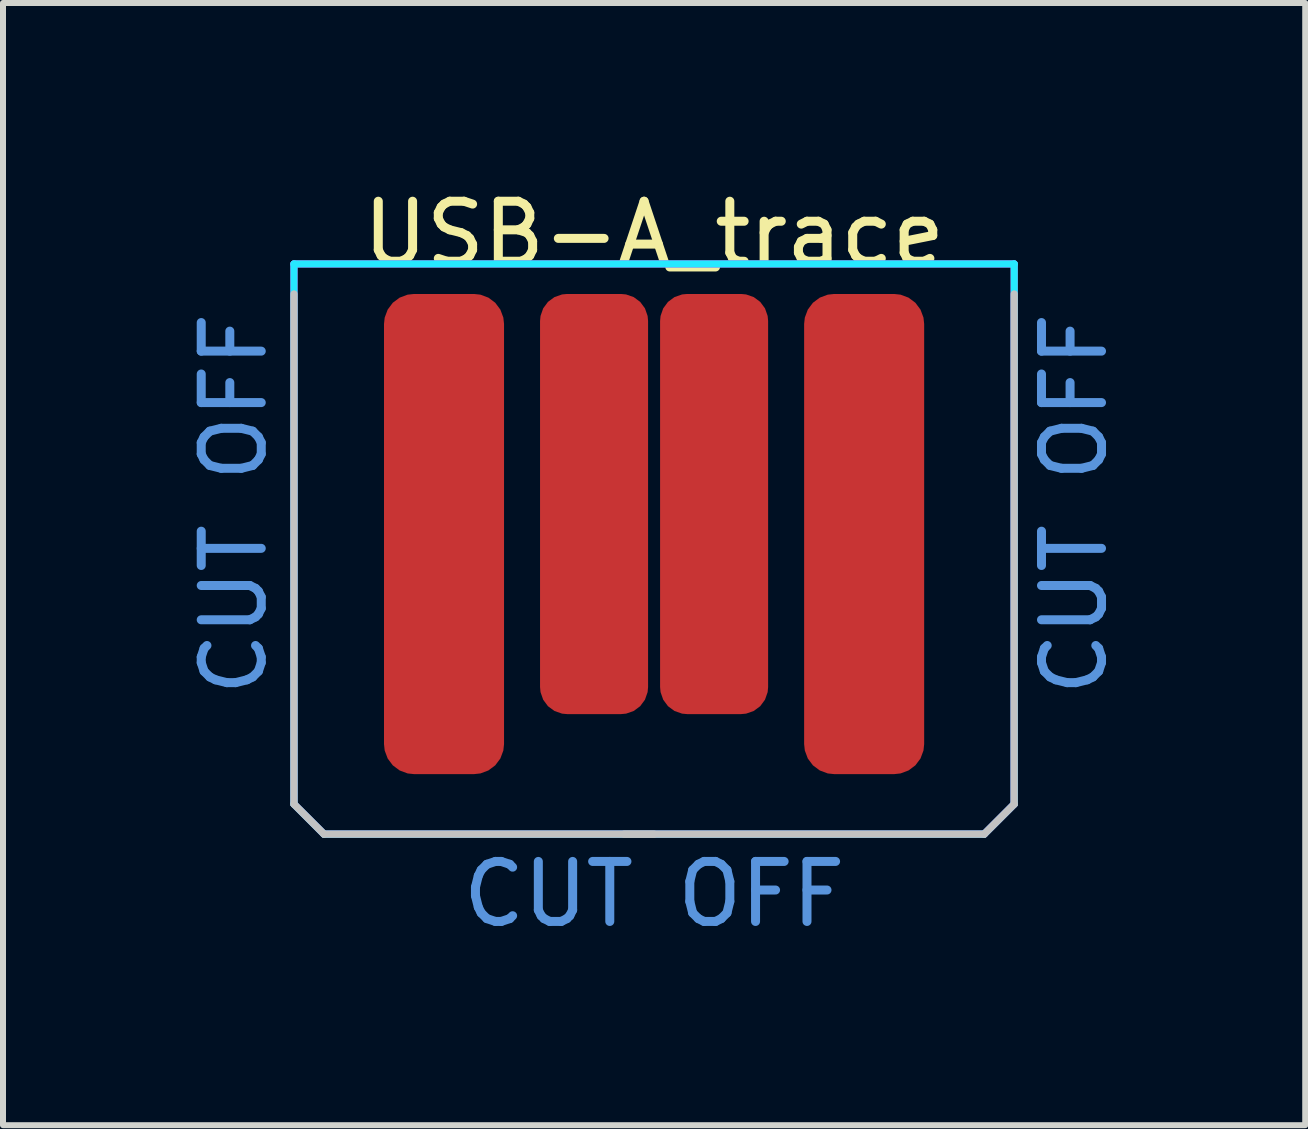
<source format=kicad_pcb>
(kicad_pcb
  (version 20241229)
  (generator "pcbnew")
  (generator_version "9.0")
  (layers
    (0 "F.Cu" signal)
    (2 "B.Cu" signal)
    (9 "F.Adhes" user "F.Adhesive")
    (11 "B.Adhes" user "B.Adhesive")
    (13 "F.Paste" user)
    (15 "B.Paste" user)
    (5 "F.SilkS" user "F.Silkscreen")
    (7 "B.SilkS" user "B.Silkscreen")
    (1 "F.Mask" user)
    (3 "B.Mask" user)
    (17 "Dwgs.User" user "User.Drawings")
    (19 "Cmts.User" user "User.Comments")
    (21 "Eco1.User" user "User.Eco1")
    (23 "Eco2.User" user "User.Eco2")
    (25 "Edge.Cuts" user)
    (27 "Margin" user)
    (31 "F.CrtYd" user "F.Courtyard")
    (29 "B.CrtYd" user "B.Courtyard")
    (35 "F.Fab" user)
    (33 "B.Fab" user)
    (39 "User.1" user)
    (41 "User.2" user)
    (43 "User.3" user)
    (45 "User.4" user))
  (footprint "USB-A_trace"
    (layer "F.Cu")
    (at 7.848 1.848)
    (property "Reference" "USB-A_trace" (at 0 -1 0) (layer "F.SilkS") (effects (font (size 1 1) (thickness 0.15))))
    (attr through_hole)
    (fp_line (start -6 8.5) (end -6 0) (stroke (width 0.12) (type solid)) (layer "Dwgs.User"))
    (fp_line (start -5.5 9) (end -6 8.5) (stroke (width 0.12) (type solid)) (layer "Dwgs.User"))
    (fp_line (start -0.5 9) (end 5.5 9) (stroke (width 0.12) (type solid)) (layer "Dwgs.User"))
    (fp_line (start 0 9) (end -5.5 9) (stroke (width 0.12) (type solid)) (layer "Dwgs.User"))
    (fp_line (start 5.5 9) (end 6 8.5) (stroke (width 0.12) (type solid)) (layer "Dwgs.User"))
    (fp_line (start 6 8.5) (end 6 0) (stroke (width 0.12) (type solid)) (layer "Dwgs.User"))
    (fp_line (start -6 -0.5) (end 6 -0.5) (stroke (width 0.12) (type solid)) (layer "B.CrtYd"))
    (fp_line (start -6 8.5) (end -6 -0.5) (stroke (width 0.12) (type solid)) (layer "B.CrtYd"))
    (fp_line (start -6 8.5) (end -5.5 9) (stroke (width 0.12) (type solid)) (layer "B.CrtYd"))
    (fp_line (start 5.5 9) (end -5.5 9) (stroke (width 0.12) (type solid)) (layer "B.CrtYd"))
    (fp_line (start 6 -0.5) (end 6 8.5) (stroke (width 0.12) (type solid)) (layer "B.CrtYd"))
    (fp_line (start 6 8.5) (end 5.5 9) (stroke (width 0.12) (type solid)) (layer "B.CrtYd"))
    (fp_line (start -6 -0.5) (end 6 -0.5) (stroke (width 0.12) (type solid)) (layer "F.CrtYd"))
    (fp_line (start -6 8.5) (end -6 -0.5) (stroke (width 0.12) (type solid)) (layer "F.CrtYd"))
    (fp_line (start -6 8.5) (end -5.5 9) (stroke (width 0.12) (type solid)) (layer "F.CrtYd"))
    (fp_line (start 5.5 9) (end -5.5 9) (stroke (width 0.12) (type solid)) (layer "F.CrtYd"))
    (fp_line (start 5.5 9) (end 6 8.5) (stroke (width 0.12) (type solid)) (layer "F.CrtYd"))
    (fp_line (start 6 -0.5) (end 6 8.5) (stroke (width 0.12) (type solid)) (layer "F.CrtYd"))
    (fp_text user "CUT OFF" (at -7 3.5 90) (layer "Cmts.User") (effects (font (size 1 1) (thickness 0.15))))
    (fp_text user "CUT OFF" (at 0 10 0) (layer "Cmts.User") (effects (font (size 1 1) (thickness 0.15))))
    (fp_text user "CUT OFF" (at 7 3.5 90) (layer "Cmts.User") (effects (font (size 1 1) (thickness 0.15))))
    (pad "1" smd roundrect (at 3.5 4) (size 2 8) (layers "F.Cu" "F.Mask") (roundrect_rratio 0.25))
    (pad "2" smd roundrect (at 1 3.5) (size 1.8 7) (layers "F.Cu" "F.Mask") (roundrect_rratio 0.25))
    (pad "3" smd roundrect (at -1 3.5) (size 1.8 7) (layers "F.Cu" "F.Mask") (roundrect_rratio 0.25))
    (pad "4" smd roundrect (at -3.5 4) (size 2 8) (layers "F.Cu" "F.Mask") (roundrect_rratio 0.25)))
  (gr_rect
    (start -3 -3)
    (end 18.697 15.697)
    (stroke (width 0.1) (type default))
    (fill no)
    (layer "Edge.Cuts")))
</source>
